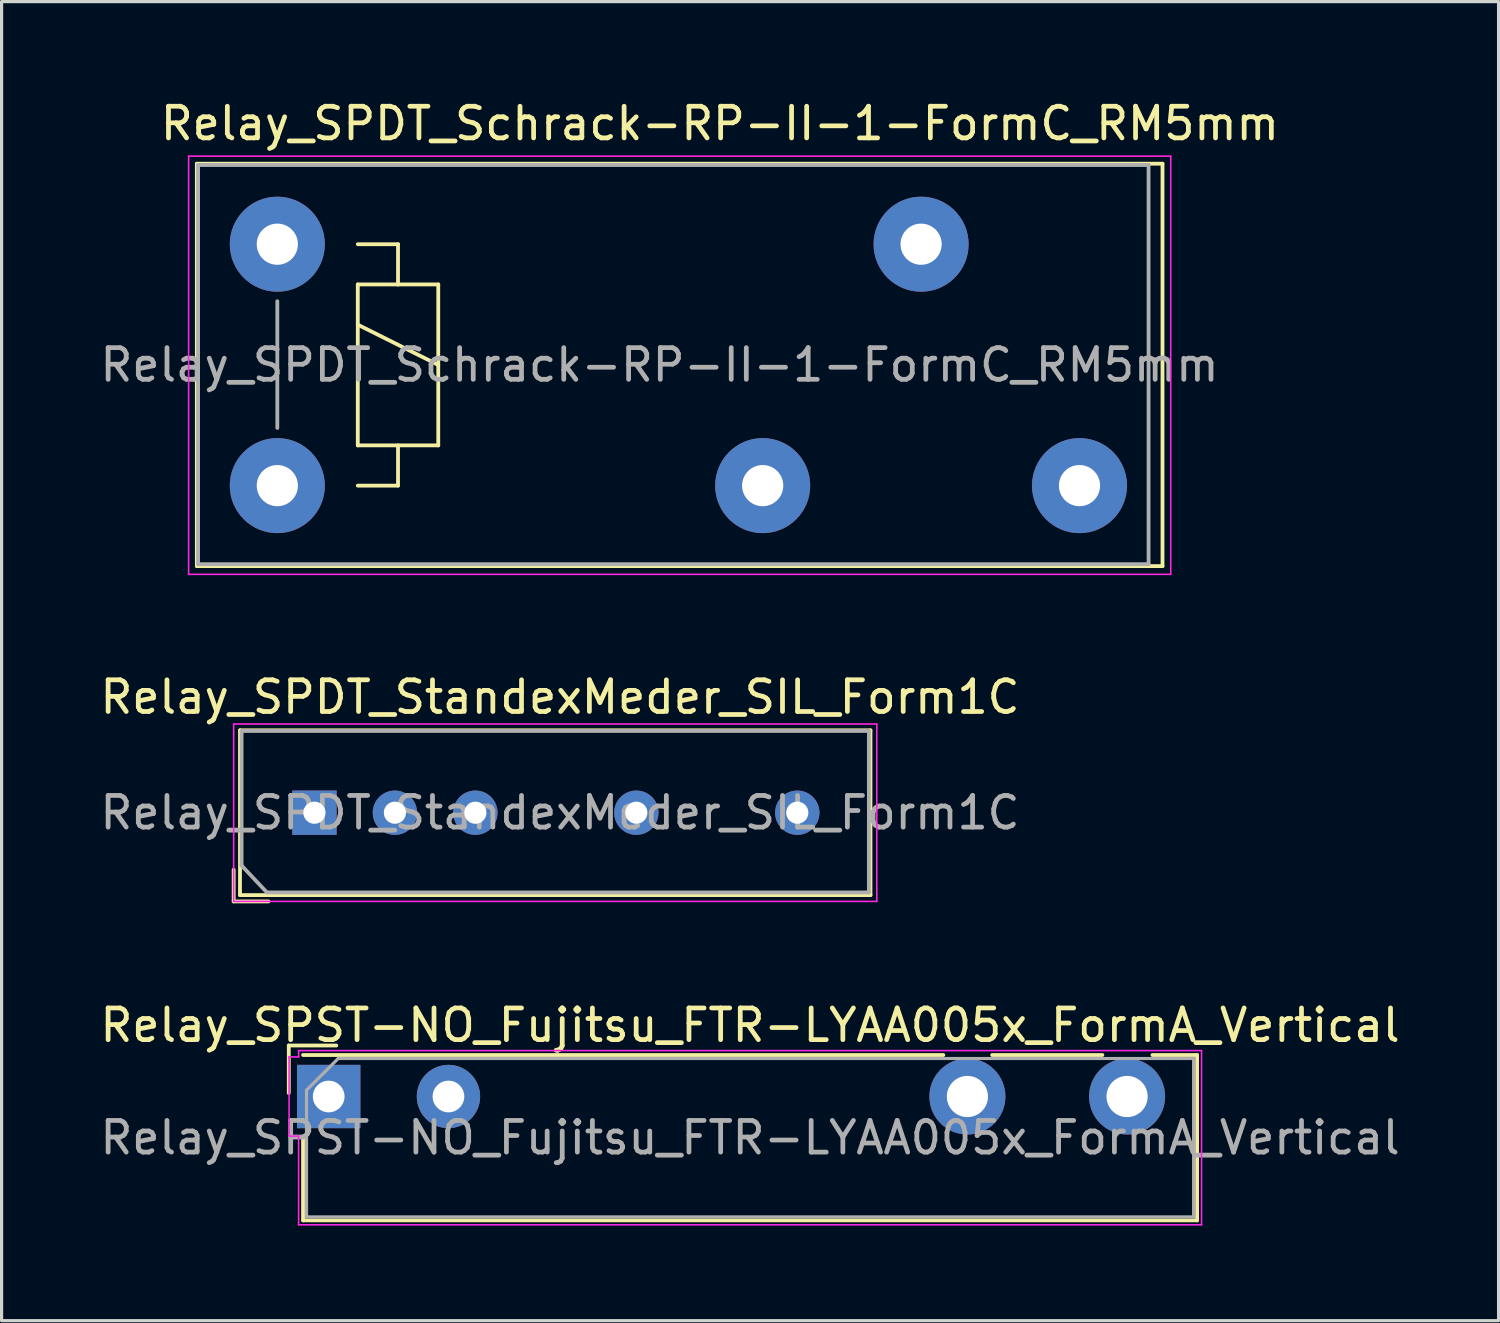
<source format=kicad_pcb>
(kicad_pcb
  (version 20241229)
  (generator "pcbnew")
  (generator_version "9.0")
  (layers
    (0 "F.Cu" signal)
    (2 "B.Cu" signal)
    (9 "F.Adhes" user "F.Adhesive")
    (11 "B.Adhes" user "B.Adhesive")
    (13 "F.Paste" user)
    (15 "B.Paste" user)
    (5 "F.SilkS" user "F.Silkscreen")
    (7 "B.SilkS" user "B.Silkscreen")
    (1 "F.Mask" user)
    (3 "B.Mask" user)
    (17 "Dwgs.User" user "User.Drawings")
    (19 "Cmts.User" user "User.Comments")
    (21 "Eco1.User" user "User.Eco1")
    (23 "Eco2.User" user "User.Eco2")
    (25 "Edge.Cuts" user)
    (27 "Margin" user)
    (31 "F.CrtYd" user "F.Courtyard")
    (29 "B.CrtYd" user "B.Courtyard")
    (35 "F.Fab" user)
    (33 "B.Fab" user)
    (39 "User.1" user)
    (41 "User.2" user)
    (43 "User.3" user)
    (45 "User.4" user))
  (footprint "Relay_SPST-NO_Fujitsu_FTR-LYAA005x_FormA_Vertical"
    (layer "F.Cu")
    (at 7.325 31.56)
    (property "Reference" "Relay_SPST-NO_Fujitsu_FTR-LYAA005x_FormA_Vertical" (at 13.3 -2.25 0) (layer "F.SilkS") (effects (font (size 1 1) (thickness 0.15))))
    (attr through_hole)
    (fp_line (start -1.26 -1.61) (end 0.24 -1.61) (stroke (width 0.12) (type solid)) (layer "F.SilkS"))
    (fp_line (start -1.26 -0.11) (end -1.26 -1.61) (stroke (width 0.12) (type solid)) (layer "F.SilkS"))
    (fp_line (start -0.81 3.91) (end -0.81 1.3) (stroke (width 0.12) (type solid)) (layer "F.SilkS"))
    (fp_line (start -0.81 3.91) (end 27.41 3.91) (stroke (width 0.12) (type solid)) (layer "F.SilkS"))
    (fp_line (start 19.4 -1.31) (end -0.81 -1.31) (stroke (width 0.12) (type solid)) (layer "F.SilkS"))
    (fp_line (start 20.94 -1.31) (end 24.42 -1.31) (stroke (width 0.12) (type solid)) (layer "F.SilkS"))
    (fp_line (start 26 -1.31) (end 27.41 -1.31) (stroke (width 0.12) (type solid)) (layer "F.SilkS"))
    (fp_line (start 27.41 3.91) (end 27.41 -1.31) (stroke (width 0.12) (type solid)) (layer "F.SilkS"))
    (fp_line (start -1.25 -1.25) (end -0.95 -1.25) (stroke (width 0.05) (type solid)) (layer "F.CrtYd"))
    (fp_line (start -1.25 1.25) (end -1.25 -1.25) (stroke (width 0.05) (type solid)) (layer "F.CrtYd"))
    (fp_line (start -1.25 1.25) (end -0.95 1.25) (stroke (width 0.05) (type solid)) (layer "F.CrtYd"))
    (fp_line (start -0.95 -1.45) (end 27.55 -1.45) (stroke (width 0.05) (type solid)) (layer "F.CrtYd"))
    (fp_line (start -0.95 -1.25) (end -0.95 -1.45) (stroke (width 0.05) (type solid)) (layer "F.CrtYd"))
    (fp_line (start -0.95 4.05) (end -0.95 1.25) (stroke (width 0.05) (type solid)) (layer "F.CrtYd"))
    (fp_line (start 27.55 -1.45) (end 27.55 4.05) (stroke (width 0.05) (type solid)) (layer "F.CrtYd"))
    (fp_line (start 27.55 4.05) (end -0.95 4.05) (stroke (width 0.05) (type solid)) (layer "F.CrtYd"))
    (fp_line (start -0.7 -0.2) (end -0.7 3.8) (stroke (width 0.1) (type solid)) (layer "F.Fab"))
    (fp_line (start -0.7 3.8) (end 27.3 3.8) (stroke (width 0.1) (type solid)) (layer "F.Fab"))
    (fp_line (start 0.3 -1.2) (end -0.7 -0.2) (stroke (width 0.1) (type solid)) (layer "F.Fab"))
    (fp_line (start 27.3 -1.2) (end 0.3 -1.2) (stroke (width 0.1) (type solid)) (layer "F.Fab"))
    (fp_line (start 27.3 3.8) (end 27.3 -1.2) (stroke (width 0.1) (type solid)) (layer "F.Fab"))
    (fp_text user "${REFERENCE}" (at 13.3 1.3 0) (unlocked yes) (layer "F.Fab") (effects (font (size 1 1) (thickness 0.15))))
    (pad "13" thru_hole circle (at 20.16 0) (size 2.4 2.4) (drill 1.3) (layers "*.Cu" "*.Mask"))
    (pad "14" thru_hole circle (at 25.2 0) (size 2.4 2.4) (drill 1.3) (layers "*.Cu" "*.Mask"))
    (pad "A1" thru_hole rect (at 0 0) (size 2 2) (drill 1) (layers "*.Cu" "*.Mask"))
    (pad "A2" thru_hole circle (at 3.78 0) (size 2 2) (drill 1) (layers "*.Cu" "*.Mask")))
  (footprint "Relay_SPDT_Schrack-RP-II-1-FormC_RM5mm"
    (layer "F.Cu")
    (at 5.703 4.658)
    (property "Reference" "Relay_SPDT_Schrack-RP-II-1-FormC_RM5mm" (at 13.97 -3.81 0) (layer "F.SilkS") (effects (font (size 1 1) (thickness 0.15))))
    (attr through_hole)
    (fp_line (start -2.54 -2.54) (end 27.94 -2.54) (stroke (width 0.12) (type solid)) (layer "F.SilkS"))
    (fp_line (start -2.54 10.16) (end -2.54 -2.54) (stroke (width 0.12) (type solid)) (layer "F.SilkS"))
    (fp_line (start 2.54 0) (end 3.81 0) (stroke (width 0.12) (type solid)) (layer "F.SilkS"))
    (fp_line (start 2.54 1.27) (end 3.81 1.27) (stroke (width 0.12) (type solid)) (layer "F.SilkS"))
    (fp_line (start 2.54 2.54) (end 5.08 3.81) (stroke (width 0.12) (type solid)) (layer "F.SilkS"))
    (fp_line (start 2.54 6.35) (end 2.54 1.27) (stroke (width 0.12) (type solid)) (layer "F.SilkS"))
    (fp_line (start 3.81 0) (end 3.81 1.27) (stroke (width 0.12) (type solid)) (layer "F.SilkS"))
    (fp_line (start 3.81 1.27) (end 5.08 1.27) (stroke (width 0.12) (type solid)) (layer "F.SilkS"))
    (fp_line (start 3.81 6.35) (end 3.81 7.62) (stroke (width 0.12) (type solid)) (layer "F.SilkS"))
    (fp_line (start 3.81 7.62) (end 2.54 7.62) (stroke (width 0.12) (type solid)) (layer "F.SilkS"))
    (fp_line (start 5.08 1.27) (end 5.08 6.35) (stroke (width 0.12) (type solid)) (layer "F.SilkS"))
    (fp_line (start 5.08 6.35) (end 2.54 6.35) (stroke (width 0.12) (type solid)) (layer "F.SilkS"))
    (fp_line (start 27.94 -2.54) (end 27.94 10.16) (stroke (width 0.12) (type solid)) (layer "F.SilkS"))
    (fp_line (start 27.94 10.16) (end -2.54 10.16) (stroke (width 0.12) (type solid)) (layer "F.SilkS"))
    (fp_line (start -2.8 -2.78) (end 28.2 -2.78) (stroke (width 0.05) (type solid)) (layer "F.CrtYd"))
    (fp_line (start -2.8 10.42) (end -2.8 -2.78) (stroke (width 0.05) (type solid)) (layer "F.CrtYd"))
    (fp_line (start 28.2 -2.78) (end 28.2 10.42) (stroke (width 0.05) (type solid)) (layer "F.CrtYd"))
    (fp_line (start 28.2 10.42) (end -2.8 10.42) (stroke (width 0.05) (type solid)) (layer "F.CrtYd"))
    (fp_line (start -2.5 -2.5) (end 27.5 -2.5) (stroke (width 0.12) (type solid)) (layer "F.Fab"))
    (fp_line (start -2.5 10.1) (end -2.5 -2.5) (stroke (width 0.12) (type solid)) (layer "F.Fab"))
    (fp_line (start 0 1.8) (end 0 5.8) (stroke (width 0.12) (type solid)) (layer "F.Fab"))
    (fp_line (start 27.5 -2.5) (end 27.5 10.1) (stroke (width 0.12) (type solid)) (layer "F.Fab"))
    (fp_line (start 27.5 10.1) (end -2.5 10.1) (stroke (width 0.12) (type solid)) (layer "F.Fab"))
    (fp_text user "${REFERENCE}" (at 12.065 3.81 0) (layer "F.Fab") (effects (font (size 1 1) (thickness 0.15))))
    (pad "11" thru_hole circle (at 20.32 0) (size 3 3) (drill 1.3) (layers "*.Cu" "*.Mask"))
    (pad "12" thru_hole circle (at 15.32 7.62) (size 3 3) (drill 1.3) (layers "*.Cu" "*.Mask"))
    (pad "14" thru_hole circle (at 25.32 7.62) (size 3 3) (drill 1.3) (layers "*.Cu" "*.Mask"))
    (pad "A1" thru_hole circle (at 0 0) (size 3 3) (drill 1.3) (layers "*.Cu" "*.Mask"))
    (pad "A2" thru_hole circle (at 0 7.62) (size 3 3) (drill 1.3) (layers "*.Cu" "*.Mask")))
  (footprint "Relay_SPDT_StandexMeder_SIL_Form1C"
    (layer "F.Cu")
    (at 6.875 22.602)
    (property "Reference" "Relay_SPDT_StandexMeder_SIL_Form1C" (at 7.75 -3.65 0) (layer "F.SilkS") (effects (font (size 1 1) (thickness 0.15))))
    (attr through_hole)
    (fp_line (start -2.55 2.8) (end -2.55 1.8) (stroke (width 0.12) (type solid)) (layer "F.SilkS"))
    (fp_line (start -2.35 -2.6) (end 17.55 -2.6) (stroke (width 0.12) (type solid)) (layer "F.SilkS"))
    (fp_line (start -2.35 2.6) (end -2.35 -2.6) (stroke (width 0.12) (type solid)) (layer "F.SilkS"))
    (fp_line (start -1.45 2.8) (end -2.55 2.8) (stroke (width 0.12) (type solid)) (layer "F.SilkS"))
    (fp_line (start 17.55 -2.6) (end 17.55 2.6) (stroke (width 0.12) (type solid)) (layer "F.SilkS"))
    (fp_line (start 17.55 2.6) (end -2.35 2.6) (stroke (width 0.12) (type solid)) (layer "F.SilkS"))
    (fp_line (start -2.55 -2.8) (end -2.55 2.8) (stroke (width 0.05) (type solid)) (layer "F.CrtYd"))
    (fp_line (start -2.55 -2.8) (end 17.75 -2.8) (stroke (width 0.05) (type solid)) (layer "F.CrtYd"))
    (fp_line (start 17.75 2.8) (end -2.55 2.8) (stroke (width 0.05) (type solid)) (layer "F.CrtYd"))
    (fp_line (start 17.75 2.8) (end 17.75 -2.8) (stroke (width 0.05) (type solid)) (layer "F.CrtYd"))
    (fp_line (start -2.3 -2.583) (end 17.5 -2.583) (stroke (width 0.12) (type solid)) (layer "F.Fab"))
    (fp_line (start -2.3 1.667) (end -2.3 -2.583) (stroke (width 0.12) (type solid)) (layer "F.Fab"))
    (fp_line (start -1.5 2.517) (end -2.3 1.667) (stroke (width 0.12) (type solid)) (layer "F.Fab"))
    (fp_line (start 17.5 -2.583) (end 17.5 2.517) (stroke (width 0.12) (type solid)) (layer "F.Fab"))
    (fp_line (start 17.5 2.517) (end -1.5 2.517) (stroke (width 0.12) (type solid)) (layer "F.Fab"))
    (fp_text user "${REFERENCE}" (at 7.75 0 0) (layer "F.Fab") (effects (font (size 1 1) (thickness 0.15))))
    (pad "1" thru_hole rect (at 0 0) (size 1.4 1.4) (drill 0.7) (layers "*.Cu" "*.Mask"))
    (pad "2" thru_hole circle (at 2.54 0) (size 1.4 1.4) (drill 0.7) (layers "*.Cu" "*.Mask"))
    (pad "3" thru_hole circle (at 5.08 0) (size 1.4 1.4) (drill 0.7) (layers "*.Cu" "*.Mask"))
    (pad "5" thru_hole circle (at 10.16 0) (size 1.4 1.4) (drill 0.7) (layers "*.Cu" "*.Mask"))
    (pad "7" thru_hole circle (at 15.24 0) (size 1.4 1.4) (drill 0.7) (layers "*.Cu" "*.Mask")))
  (gr_rect
    (start -3 -3)
    (end 44.25 38.635)
    (stroke (width 0.1) (type default))
    (fill no)
    (layer "Edge.Cuts")))
</source>
